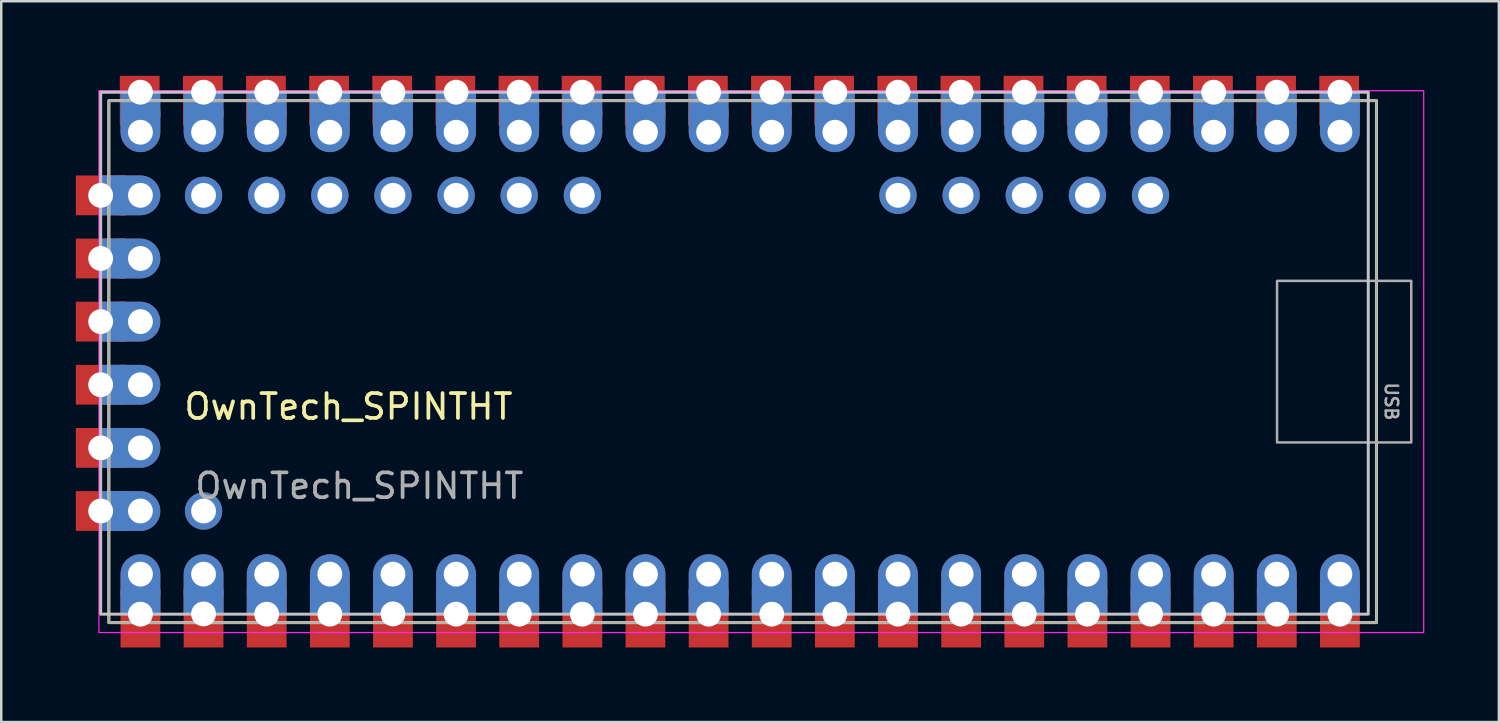
<source format=kicad_pcb>
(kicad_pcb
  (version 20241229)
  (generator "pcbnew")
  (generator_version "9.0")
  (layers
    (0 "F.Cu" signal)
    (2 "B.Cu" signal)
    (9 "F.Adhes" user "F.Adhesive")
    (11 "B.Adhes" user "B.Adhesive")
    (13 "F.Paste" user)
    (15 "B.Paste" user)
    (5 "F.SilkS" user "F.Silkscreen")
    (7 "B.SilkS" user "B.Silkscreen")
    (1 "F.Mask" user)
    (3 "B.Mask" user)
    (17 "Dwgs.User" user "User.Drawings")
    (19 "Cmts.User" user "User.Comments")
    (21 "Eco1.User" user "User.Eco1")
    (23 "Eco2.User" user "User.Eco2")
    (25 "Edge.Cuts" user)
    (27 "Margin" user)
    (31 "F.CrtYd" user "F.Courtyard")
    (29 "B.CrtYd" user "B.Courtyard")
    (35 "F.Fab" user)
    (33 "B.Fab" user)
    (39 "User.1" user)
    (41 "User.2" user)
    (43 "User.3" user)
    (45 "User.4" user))
  (footprint "OwnTech_SPINTHT"
    (layer "F.Cu")
    (at 0.89 0.81)
    (property "Reference" "OwnTech_SPINTHT" (at 10.08 12.5 0) (unlocked yes) (layer "F.SilkS") (effects (font (size 1 1) (thickness 0.15))))
    (attr smd)
    (fp_rect (start 0.44 0.19) (end 51.44 21.19) (stroke (width 0.12) (type solid)) (fill no) (layer "F.SilkS"))
    (fp_rect (start 0.11 -0.15) (end 51.11 20.85) (stroke (width 0.12) (type solid)) (fill no) (layer "Dwgs.User"))
    (fp_rect (start 0.04 -0.21) (end 53.34 21.59) (stroke (width 0.05) (type solid)) (fill no) (layer "F.CrtYd"))
    (fp_rect (start 0.44 0.19) (end 51.44 21.19) (stroke (width 0.1) (type solid)) (fill no) (layer "F.Fab"))
    (fp_rect (start 47.44 7.44) (end 52.84 13.94) (stroke (width 0.1) (type solid)) (fill no) (layer "F.Fab"))
    (fp_text user "USB" (at 52.04 12.29 270) (unlocked yes) (layer "F.Fab") (effects (font (size 0.5 0.5) (thickness 0.1))))
    (fp_text user "${REFERENCE}" (at 10.52 15.69 0) (unlocked yes) (layer "F.Fab") (effects (font (size 1 1) (thickness 0.15))))
    (pad "1" smd rect (at 49.94 0.19) (size 1.6 2) (layers "F.Cu" "F.Mask" "F.Paste"))
    (pad "1" thru_hole rect (at 49.97 -0.15) (size 1.6 1) (drill 1 (offset 0 0.5)) (property pad_prop_castellated) (layers "*.Cu" "*.Mask"))
    (pad "1" thru_hole oval (at 49.97 1.46) (size 1.6 2.4) (drill 1 (offset 0 -0.4)) (layers "*.Cu" "*.Mask"))
    (pad "2" smd rect (at 47.4 0.19) (size 1.6 2) (layers "F.Cu" "F.Mask" "F.Paste"))
    (pad "2" thru_hole rect (at 47.43 -0.15) (size 1.6 1) (drill 1 (offset 0 0.5)) (property pad_prop_castellated) (layers "*.Cu" "*.Mask"))
    (pad "2" thru_hole oval (at 47.43 1.46) (size 1.6 2.4) (drill 1 (offset 0 -0.4)) (layers "*.Cu" "*.Mask"))
    (pad "3" smd rect (at 44.86 0.19) (size 1.6 2) (layers "F.Cu" "F.Mask" "F.Paste"))
    (pad "3" thru_hole rect (at 44.89 -0.15) (size 1.6 1) (drill 1 (offset 0 0.5)) (property pad_prop_castellated) (layers "*.Cu" "*.Mask"))
    (pad "3" thru_hole oval (at 44.89 1.46) (size 1.6 2.4) (drill 1 (offset 0 -0.4)) (layers "*.Cu" "*.Mask"))
    (pad "4" smd rect (at 42.32 0.19) (size 1.6 2) (layers "F.Cu" "F.Mask" "F.Paste"))
    (pad "4" thru_hole rect (at 42.35 -0.15) (size 1.6 1) (drill 1 (offset 0 0.5)) (property pad_prop_castellated) (layers "*.Cu" "*.Mask"))
    (pad "4" thru_hole oval (at 42.35 1.46) (size 1.6 2.4) (drill 1 (offset 0 -0.4)) (layers "*.Cu" "*.Mask"))
    (pad "5" smd rect (at 39.78 0.19) (size 1.6 2) (layers "F.Cu" "F.Mask" "F.Paste"))
    (pad "5" thru_hole rect (at 39.81 -0.15) (size 1.6 1) (drill 1 (offset 0 0.5)) (property pad_prop_castellated) (layers "*.Cu" "*.Mask"))
    (pad "5" thru_hole oval (at 39.81 1.46) (size 1.6 2.4) (drill 1 (offset 0 -0.4)) (layers "*.Cu" "*.Mask"))
    (pad "6" smd rect (at 37.24 0.19) (size 1.6 2) (layers "F.Cu" "F.Mask" "F.Paste"))
    (pad "6" thru_hole rect (at 37.27 -0.15) (size 1.6 1) (drill 1 (offset 0 0.5)) (property pad_prop_castellated) (layers "*.Cu" "*.Mask"))
    (pad "6" thru_hole oval (at 37.27 1.46) (size 1.6 2.4) (drill 1 (offset 0 -0.4)) (layers "*.Cu" "*.Mask"))
    (pad "7" smd rect (at 34.7 0.19) (size 1.6 2) (layers "F.Cu" "F.Mask" "F.Paste"))
    (pad "7" thru_hole rect (at 34.73 -0.15) (size 1.6 1) (drill 1 (offset 0 0.5)) (property pad_prop_castellated) (layers "*.Cu" "*.Mask"))
    (pad "7" thru_hole oval (at 34.73 1.46) (size 1.6 2.4) (drill 1 (offset 0 -0.4)) (layers "*.Cu" "*.Mask"))
    (pad "8" smd rect (at 32.16 0.19) (size 1.6 2) (layers "F.Cu" "F.Mask" "F.Paste"))
    (pad "8" thru_hole rect (at 32.19 -0.15) (size 1.6 1) (drill 1 (offset 0 0.5)) (property pad_prop_castellated) (layers "*.Cu" "*.Mask"))
    (pad "8" thru_hole oval (at 32.19 1.46) (size 1.6 2.4) (drill 1 (offset 0 -0.4)) (layers "*.Cu" "*.Mask"))
    (pad "9" smd rect (at 29.62 0.19) (size 1.6 2) (layers "F.Cu" "F.Mask" "F.Paste"))
    (pad "9" thru_hole rect (at 29.65 -0.15) (size 1.6 1) (drill 1 (offset 0 0.5)) (property pad_prop_castellated) (layers "*.Cu" "*.Mask"))
    (pad "9" thru_hole oval (at 29.65 1.46) (size 1.6 2.4) (drill 1 (offset 0 -0.4)) (layers "*.Cu" "*.Mask"))
    (pad "10" smd rect (at 27.08 0.19) (size 1.6 2) (layers "F.Cu" "F.Mask" "F.Paste"))
    (pad "10" thru_hole rect (at 27.11 -0.15) (size 1.6 1) (drill 1 (offset 0 0.5)) (property pad_prop_castellated) (layers "*.Cu" "*.Mask"))
    (pad "10" thru_hole oval (at 27.11 1.46) (size 1.6 2.4) (drill 1 (offset 0 -0.4)) (layers "*.Cu" "*.Mask"))
    (pad "11" smd rect (at 24.54 0.19) (size 1.6 2) (layers "F.Cu" "F.Mask" "F.Paste"))
    (pad "11" thru_hole rect (at 24.57 -0.15) (size 1.6 1) (drill 1 (offset 0 0.5)) (property pad_prop_castellated) (layers "*.Cu" "*.Mask"))
    (pad "11" thru_hole oval (at 24.57 1.46) (size 1.6 2.4) (drill 1 (offset 0 -0.4)) (layers "*.Cu" "*.Mask"))
    (pad "12" smd rect (at 22 0.19) (size 1.6 2) (layers "F.Cu" "F.Mask" "F.Paste"))
    (pad "12" thru_hole rect (at 22.03 -0.15) (size 1.6 1) (drill 1 (offset 0 0.5)) (property pad_prop_castellated) (layers "*.Cu" "*.Mask"))
    (pad "12" thru_hole oval (at 22.03 1.46) (size 1.6 2.4) (drill 1 (offset 0 -0.4)) (layers "*.Cu" "*.Mask"))
    (pad "13" smd rect (at 19.46 0.19) (size 1.6 2) (layers "F.Cu" "F.Mask" "F.Paste"))
    (pad "13" thru_hole rect (at 19.49 -0.15) (size 1.6 1) (drill 1 (offset 0 0.5)) (property pad_prop_castellated) (layers "*.Cu" "*.Mask"))
    (pad "13" thru_hole oval (at 19.49 1.46) (size 1.6 2.4) (drill 1 (offset 0 -0.4)) (layers "*.Cu" "*.Mask"))
    (pad "14" smd rect (at 16.92 0.19) (size 1.6 2) (layers "F.Cu" "F.Mask" "F.Paste"))
    (pad "14" thru_hole rect (at 16.95 -0.15) (size 1.6 1) (drill 1 (offset 0 0.5)) (property pad_prop_castellated) (layers "*.Cu" "*.Mask"))
    (pad "14" thru_hole oval (at 16.95 1.46) (size 1.6 2.4) (drill 1 (offset 0 -0.4)) (layers "*.Cu" "*.Mask"))
    (pad "15" smd rect (at 14.38 0.19) (size 1.6 2) (layers "F.Cu" "F.Mask" "F.Paste"))
    (pad "15" thru_hole rect (at 14.41 -0.15) (size 1.6 1) (drill 1 (offset 0 0.5)) (property pad_prop_castellated) (layers "*.Cu" "*.Mask"))
    (pad "15" thru_hole oval (at 14.41 1.46) (size 1.6 2.4) (drill 1 (offset 0 -0.4)) (layers "*.Cu" "*.Mask"))
    (pad "16" smd rect (at 11.84 0.19) (size 1.6 2) (layers "F.Cu" "F.Mask" "F.Paste"))
    (pad "16" thru_hole rect (at 11.87 -0.15) (size 1.6 1) (drill 1 (offset 0 0.5)) (property pad_prop_castellated) (layers "*.Cu" "*.Mask"))
    (pad "16" thru_hole oval (at 11.87 1.46) (size 1.6 2.4) (drill 1 (offset 0 -0.4)) (layers "*.Cu" "*.Mask"))
    (pad "17" smd rect (at 9.3 0.19) (size 1.6 2) (layers "F.Cu" "F.Mask" "F.Paste"))
    (pad "17" thru_hole rect (at 9.33 -0.15) (size 1.6 1) (drill 1 (offset 0 0.5)) (property pad_prop_castellated) (layers "*.Cu" "*.Mask"))
    (pad "17" thru_hole oval (at 9.33 1.46) (size 1.6 2.4) (drill 1 (offset 0 -0.4)) (layers "*.Cu" "*.Mask"))
    (pad "18" smd rect (at 6.76 0.19) (size 1.6 2) (layers "F.Cu" "F.Mask" "F.Paste"))
    (pad "18" thru_hole rect (at 6.79 -0.15) (size 1.6 1) (drill 1 (offset 0 0.5)) (property pad_prop_castellated) (layers "*.Cu" "*.Mask"))
    (pad "18" thru_hole oval (at 6.79 1.46) (size 1.6 2.4) (drill 1 (offset 0 -0.4)) (layers "*.Cu" "*.Mask"))
    (pad "19" smd rect (at 4.22 0.19) (size 1.6 2) (layers "F.Cu" "F.Mask" "F.Paste"))
    (pad "19" thru_hole rect (at 4.25 -0.15) (size 1.6 1) (drill 1 (offset 0 0.5)) (property pad_prop_castellated) (layers "*.Cu" "*.Mask"))
    (pad "19" thru_hole oval (at 4.25 1.46) (size 1.6 2.4) (drill 1 (offset 0 -0.4)) (layers "*.Cu" "*.Mask"))
    (pad "20" smd rect (at 1.68 0.19) (size 1.6 2) (layers "F.Cu" "F.Mask" "F.Paste"))
    (pad "20" thru_hole rect (at 1.71 -0.15) (size 1.6 1) (drill 1 (offset 0 0.5)) (property pad_prop_castellated) (layers "*.Cu" "*.Mask"))
    (pad "20" thru_hole oval (at 1.71 1.46) (size 1.6 2.4) (drill 1 (offset 0 -0.4)) (layers "*.Cu" "*.Mask"))
    (pad "21" thru_hole oval (at 1.71 19.24 180) (size 1.6 2.4) (drill 1 (offset 0 -0.4)) (layers "*.Cu" "*.Mask"))
    (pad "21" thru_hole rect (at 1.71 20.85 180) (size 1.6 1) (drill 1 (offset 0 0.5)) (property pad_prop_castellated) (layers "*.Cu" "*.Mask"))
    (pad "21" smd rect (at 1.71 21.19 180) (size 1.6 2) (layers "F.Cu" "F.Mask" "F.Paste"))
    (pad "22" thru_hole oval (at 4.25 19.24 180) (size 1.6 2.4) (drill 1 (offset 0 -0.4)) (layers "*.Cu" "*.Mask"))
    (pad "22" thru_hole rect (at 4.25 20.84 180) (size 1.6 1) (drill 1 (offset 0 0.5)) (property pad_prop_castellated) (layers "*.Cu" "*.Mask"))
    (pad "22" smd rect (at 4.25 21.19 180) (size 1.6 2) (layers "F.Cu" "F.Mask" "F.Paste"))
    (pad "23" thru_hole oval (at 6.79 19.24 180) (size 1.6 2.4) (drill 1 (offset 0 -0.4)) (layers "*.Cu" "*.Mask"))
    (pad "23" thru_hole rect (at 6.79 20.85 180) (size 1.6 1) (drill 1 (offset 0 0.5)) (property pad_prop_castellated) (layers "*.Cu" "*.Mask"))
    (pad "23" smd rect (at 6.79 21.19 180) (size 1.6 2) (layers "F.Cu" "F.Mask" "F.Paste"))
    (pad "24" thru_hole oval (at 9.33 19.24 180) (size 1.6 2.4) (drill 1 (offset 0 -0.4)) (layers "*.Cu" "*.Mask"))
    (pad "24" thru_hole rect (at 9.33 20.85 180) (size 1.6 1) (drill 1 (offset 0 0.5)) (property pad_prop_castellated) (layers "*.Cu" "*.Mask"))
    (pad "24" smd rect (at 9.33 21.19 180) (size 1.6 2) (layers "F.Cu" "F.Mask" "F.Paste"))
    (pad "25" thru_hole oval (at 11.87 19.24 180) (size 1.6 2.4) (drill 1 (offset 0 -0.4)) (layers "*.Cu" "*.Mask"))
    (pad "25" thru_hole rect (at 11.87 20.84 180) (size 1.6 1) (drill 1 (offset 0 0.5)) (property pad_prop_castellated) (layers "*.Cu" "*.Mask"))
    (pad "25" smd rect (at 11.87 21.19 180) (size 1.6 2) (layers "F.Cu" "F.Mask" "F.Paste"))
    (pad "26" thru_hole oval (at 14.41 19.24 180) (size 1.6 2.4) (drill 1 (offset 0 -0.4)) (layers "*.Cu" "*.Mask"))
    (pad "26" thru_hole rect (at 14.41 20.85 180) (size 1.6 1) (drill 1 (offset 0 0.5)) (property pad_prop_castellated) (layers "*.Cu" "*.Mask"))
    (pad "26" smd rect (at 14.41 21.19 180) (size 1.6 2) (layers "F.Cu" "F.Mask" "F.Paste"))
    (pad "27" thru_hole oval (at 16.95 19.24 180) (size 1.6 2.4) (drill 1 (offset 0 -0.4)) (layers "*.Cu" "*.Mask"))
    (pad "27" thru_hole rect (at 16.95 20.85 180) (size 1.6 1) (drill 1 (offset 0 0.5)) (property pad_prop_castellated) (layers "*.Cu" "*.Mask"))
    (pad "27" smd rect (at 16.95 21.19 180) (size 1.6 2) (layers "F.Cu" "F.Mask" "F.Paste"))
    (pad "28" thru_hole oval (at 19.49 19.24 180) (size 1.6 2.4) (drill 1 (offset 0 -0.4)) (layers "*.Cu" "*.Mask"))
    (pad "28" thru_hole rect (at 19.49 20.85 180) (size 1.6 1) (drill 1 (offset 0 0.5)) (property pad_prop_castellated) (layers "*.Cu" "*.Mask"))
    (pad "28" smd rect (at 19.49 21.19 180) (size 1.6 2) (layers "F.Cu" "F.Mask" "F.Paste"))
    (pad "29" thru_hole oval (at 22.03 19.24 180) (size 1.6 2.4) (drill 1 (offset 0 -0.4)) (layers "*.Cu" "*.Mask"))
    (pad "29" thru_hole rect (at 22.03 20.85 180) (size 1.6 1) (drill 1 (offset 0 0.5)) (property pad_prop_castellated) (layers "*.Cu" "*.Mask"))
    (pad "29" smd rect (at 22.03 21.19 180) (size 1.6 2) (layers "F.Cu" "F.Mask" "F.Paste"))
    (pad "30" thru_hole oval (at 24.57 19.24 180) (size 1.6 2.4) (drill 1 (offset 0 -0.4)) (layers "*.Cu" "*.Mask"))
    (pad "30" thru_hole rect (at 24.57 20.85 180) (size 1.6 1) (drill 1 (offset 0 0.5)) (property pad_prop_castellated) (layers "*.Cu" "*.Mask"))
    (pad "30" smd rect (at 24.57 21.19 180) (size 1.6 2) (layers "F.Cu" "F.Mask" "F.Paste"))
    (pad "31" thru_hole oval (at 27.11 19.24 180) (size 1.6 2.4) (drill 1 (offset 0 -0.4)) (layers "*.Cu" "*.Mask"))
    (pad "31" thru_hole rect (at 27.11 20.85 180) (size 1.6 1) (drill 1 (offset 0 0.5)) (property pad_prop_castellated) (layers "*.Cu" "*.Mask"))
    (pad "31" smd rect (at 27.11 21.19 180) (size 1.6 2) (layers "F.Cu" "F.Mask" "F.Paste"))
    (pad "32" thru_hole oval (at 29.65 19.24 180) (size 1.6 2.4) (drill 1 (offset 0 -0.4)) (layers "*.Cu" "*.Mask"))
    (pad "32" thru_hole rect (at 29.65 20.85 180) (size 1.6 1) (drill 1 (offset 0 0.5)) (property pad_prop_castellated) (layers "*.Cu" "*.Mask"))
    (pad "32" smd rect (at 29.65 21.19 180) (size 1.6 2) (layers "F.Cu" "F.Mask" "F.Paste"))
    (pad "33" thru_hole oval (at 32.19 19.24 180) (size 1.6 2.4) (drill 1 (offset 0 -0.4)) (layers "*.Cu" "*.Mask"))
    (pad "33" thru_hole rect (at 32.19 20.85 180) (size 1.6 1) (drill 1 (offset 0 0.5)) (property pad_prop_castellated) (layers "*.Cu" "*.Mask"))
    (pad "33" smd rect (at 32.19 21.19 180) (size 1.6 2) (layers "F.Cu" "F.Mask" "F.Paste"))
    (pad "34" thru_hole oval (at 34.73 19.24 180) (size 1.6 2.4) (drill 1 (offset 0 -0.4)) (layers "*.Cu" "*.Mask"))
    (pad "34" thru_hole rect (at 34.73 20.85 180) (size 1.6 1) (drill 1 (offset 0 0.5)) (property pad_prop_castellated) (layers "*.Cu" "*.Mask"))
    (pad "34" smd rect (at 34.73 21.19 180) (size 1.6 2) (layers "F.Cu" "F.Mask" "F.Paste"))
    (pad "35" thru_hole oval (at 37.27 19.24 180) (size 1.6 2.4) (drill 1 (offset 0 -0.4)) (layers "*.Cu" "*.Mask"))
    (pad "35" thru_hole rect (at 37.27 20.85 180) (size 1.6 1) (drill 1 (offset 0 0.5)) (property pad_prop_castellated) (layers "*.Cu" "*.Mask"))
    (pad "35" smd rect (at 37.27 21.19 180) (size 1.6 2) (layers "F.Cu" "F.Mask" "F.Paste"))
    (pad "36" thru_hole oval (at 39.81 19.24 180) (size 1.6 2.4) (drill 1 (offset 0 -0.4)) (layers "*.Cu" "*.Mask"))
    (pad "36" thru_hole rect (at 39.81 20.85 180) (size 1.6 1) (drill 1 (offset 0 0.5)) (property pad_prop_castellated) (layers "*.Cu" "*.Mask"))
    (pad "36" smd rect (at 39.81 21.19 180) (size 1.6 2) (layers "F.Cu" "F.Mask" "F.Paste"))
    (pad "37" thru_hole oval (at 42.35 19.24 180) (size 1.6 2.4) (drill 1 (offset 0 -0.4)) (layers "*.Cu" "*.Mask"))
    (pad "37" thru_hole rect (at 42.35 20.85 180) (size 1.6 1) (drill 1 (offset 0 0.5)) (property pad_prop_castellated) (layers "*.Cu" "*.Mask"))
    (pad "37" smd rect (at 42.35 21.19 180) (size 1.6 2) (layers "F.Cu" "F.Mask" "F.Paste"))
    (pad "38" thru_hole oval (at 44.89 19.24 180) (size 1.6 2.4) (drill 1 (offset 0 -0.4)) (layers "*.Cu" "*.Mask"))
    (pad "38" thru_hole rect (at 44.89 20.85 180) (size 1.6 1) (drill 1 (offset 0 0.5)) (property pad_prop_castellated) (layers "*.Cu" "*.Mask"))
    (pad "38" smd rect (at 44.89 21.19 180) (size 1.6 2) (layers "F.Cu" "F.Mask" "F.Paste"))
    (pad "39" thru_hole oval (at 47.43 19.24 180) (size 1.6 2.4) (drill 1 (offset 0 -0.4)) (layers "*.Cu" "*.Mask"))
    (pad "39" thru_hole rect (at 47.43 20.85 180) (size 1.6 1) (drill 1 (offset 0 0.5)) (property pad_prop_castellated) (layers "*.Cu" "*.Mask"))
    (pad "39" smd rect (at 47.43 21.19 180) (size 1.6 2) (layers "F.Cu" "F.Mask" "F.Paste"))
    (pad "40" thru_hole oval (at 49.97 19.24 180) (size 1.6 2.4) (drill 1 (offset 0 -0.4)) (layers "*.Cu" "*.Mask"))
    (pad "40" thru_hole rect (at 49.97 20.85 180) (size 1.6 1) (drill 1 (offset 0 0.5)) (property pad_prop_castellated) (layers "*.Cu" "*.Mask"))
    (pad "40" smd rect (at 49.97 21.19 180) (size 1.6 2) (layers "F.Cu" "F.Mask" "F.Paste"))
    (pad "41" thru_hole circle (at 42.35 4 90) (size 1.5 1.5) (drill 1) (property pad_prop_castellated) (layers "*.Cu" "*.Mask"))
    (pad "42" thru_hole circle (at 39.81 4 90) (size 1.5 1.5) (drill 1) (property pad_prop_castellated) (layers "*.Cu" "*.Mask"))
    (pad "43" thru_hole circle (at 37.27 4 90) (size 1.5 1.5) (drill 1) (property pad_prop_castellated) (layers "*.Cu" "*.Mask"))
    (pad "44" thru_hole circle (at 34.73 4 90) (size 1.5 1.5) (drill 1) (property pad_prop_castellated) (layers "*.Cu" "*.Mask"))
    (pad "45" thru_hole circle (at 32.19 4 90) (size 1.5 1.5) (drill 1) (property pad_prop_castellated) (layers "*.Cu" "*.Mask"))
    (pad "46" thru_hole circle (at 19.49 4 90) (size 1.5 1.5) (drill 1) (property pad_prop_castellated) (layers "*.Cu" "*.Mask"))
    (pad "47" thru_hole circle (at 16.95 4 90) (size 1.5 1.5) (drill 1) (property pad_prop_castellated) (layers "*.Cu" "*.Mask"))
    (pad "48" thru_hole circle (at 14.41 4 90) (size 1.5 1.5) (drill 1) (property pad_prop_castellated) (layers "*.Cu" "*.Mask"))
    (pad "49" thru_hole circle (at 11.87 4 90) (size 1.5 1.5) (drill 1) (property pad_prop_castellated) (layers "*.Cu" "*.Mask"))
    (pad "50" thru_hole circle (at 9.33 4 90) (size 1.5 1.5) (drill 1) (property pad_prop_castellated) (layers "*.Cu" "*.Mask"))
    (pad "51" thru_hole circle (at 6.79 4 90) (size 1.5 1.5) (drill 1) (property pad_prop_castellated) (layers "*.Cu" "*.Mask"))
    (pad "52" thru_hole circle (at 4.25 4 90) (size 1.5 1.5) (drill 1) (property pad_prop_castellated) (layers "*.Cu" "*.Mask"))
    (pad "53" thru_hole rect (at 0.11 4 90) (size 1.6 1) (drill 1 (offset 0 0.5)) (property pad_prop_castellated) (layers "*.Cu" "*.Mask"))
    (pad "53" smd rect (at 0.11 4 90) (size 1.6 2) (layers "F.Cu" "F.Mask" "F.Paste"))
    (pad "53" thru_hole oval (at 1.71 4 90) (size 1.6 2.4) (drill 1 (offset 0 -0.4)) (layers "*.Cu" "*.Mask"))
    (pad "54" thru_hole rect (at 0.11 6.54 90) (size 1.6 1) (drill 1 (offset 0 0.5)) (property pad_prop_castellated) (layers "*.Cu" "*.Mask"))
    (pad "54" smd rect (at 0.11 6.54 90) (size 1.6 2) (layers "F.Cu" "F.Mask" "F.Paste"))
    (pad "54" thru_hole oval (at 1.71 6.54 90) (size 1.6 2.4) (drill 1 (offset 0 -0.4)) (layers "*.Cu" "*.Mask"))
    (pad "55" thru_hole rect (at 0.11 9.08 90) (size 1.6 1) (drill 1 (offset 0 0.5)) (property pad_prop_castellated) (layers "*.Cu" "*.Mask"))
    (pad "55" smd rect (at 0.11 9.08 90) (size 1.6 2) (layers "F.Cu" "F.Mask" "F.Paste"))
    (pad "55" thru_hole oval (at 1.71 9.08 90) (size 1.6 2.4) (drill 1 (offset 0 -0.4)) (layers "*.Cu" "*.Mask"))
    (pad "56" thru_hole rect (at 0.11 11.62 90) (size 1.6 1) (drill 1 (offset 0 0.5)) (property pad_prop_castellated) (layers "*.Cu" "*.Mask"))
    (pad "56" smd rect (at 0.11 11.62 90) (size 1.6 2) (layers "F.Cu" "F.Mask" "F.Paste"))
    (pad "56" thru_hole oval (at 1.71 11.62 90) (size 1.6 2.4) (drill 1 (offset 0 -0.4)) (layers "*.Cu" "*.Mask"))
    (pad "57" thru_hole rect (at 0.11 14.16 90) (size 1.6 1) (drill 1 (offset 0 0.5)) (property pad_prop_castellated) (layers "*.Cu" "*.Mask"))
    (pad "57" smd rect (at 0.11 14.16 90) (size 1.6 2) (layers "F.Cu" "F.Mask" "F.Paste"))
    (pad "57" thru_hole oval (at 1.71 14.16 90) (size 1.6 2.4) (drill 1 (offset 0 -0.4)) (layers "*.Cu" "*.Mask"))
    (pad "58" thru_hole rect (at 0.11 16.7 90) (size 1.6 1) (drill 1 (offset 0 0.5)) (property pad_prop_castellated) (layers "*.Cu" "*.Mask"))
    (pad "58" smd rect (at 0.11 16.7 90) (size 1.6 2) (layers "F.Cu" "F.Mask" "F.Paste"))
    (pad "58" thru_hole oval (at 1.71 16.7 90) (size 1.6 2.4) (drill 1 (offset 0 -0.4)) (layers "*.Cu" "*.Mask"))
    (pad "59" thru_hole circle (at 4.25 16.7 90) (size 1.5 1.5) (drill 1) (property pad_prop_castellated) (layers "*.Cu" "*.Mask")))
  (gr_rect
    (start -3 -3)
    (end 57.255 26)
    (stroke (width 0.1) (type default))
    (fill no)
    (layer "Edge.Cuts")))
</source>
